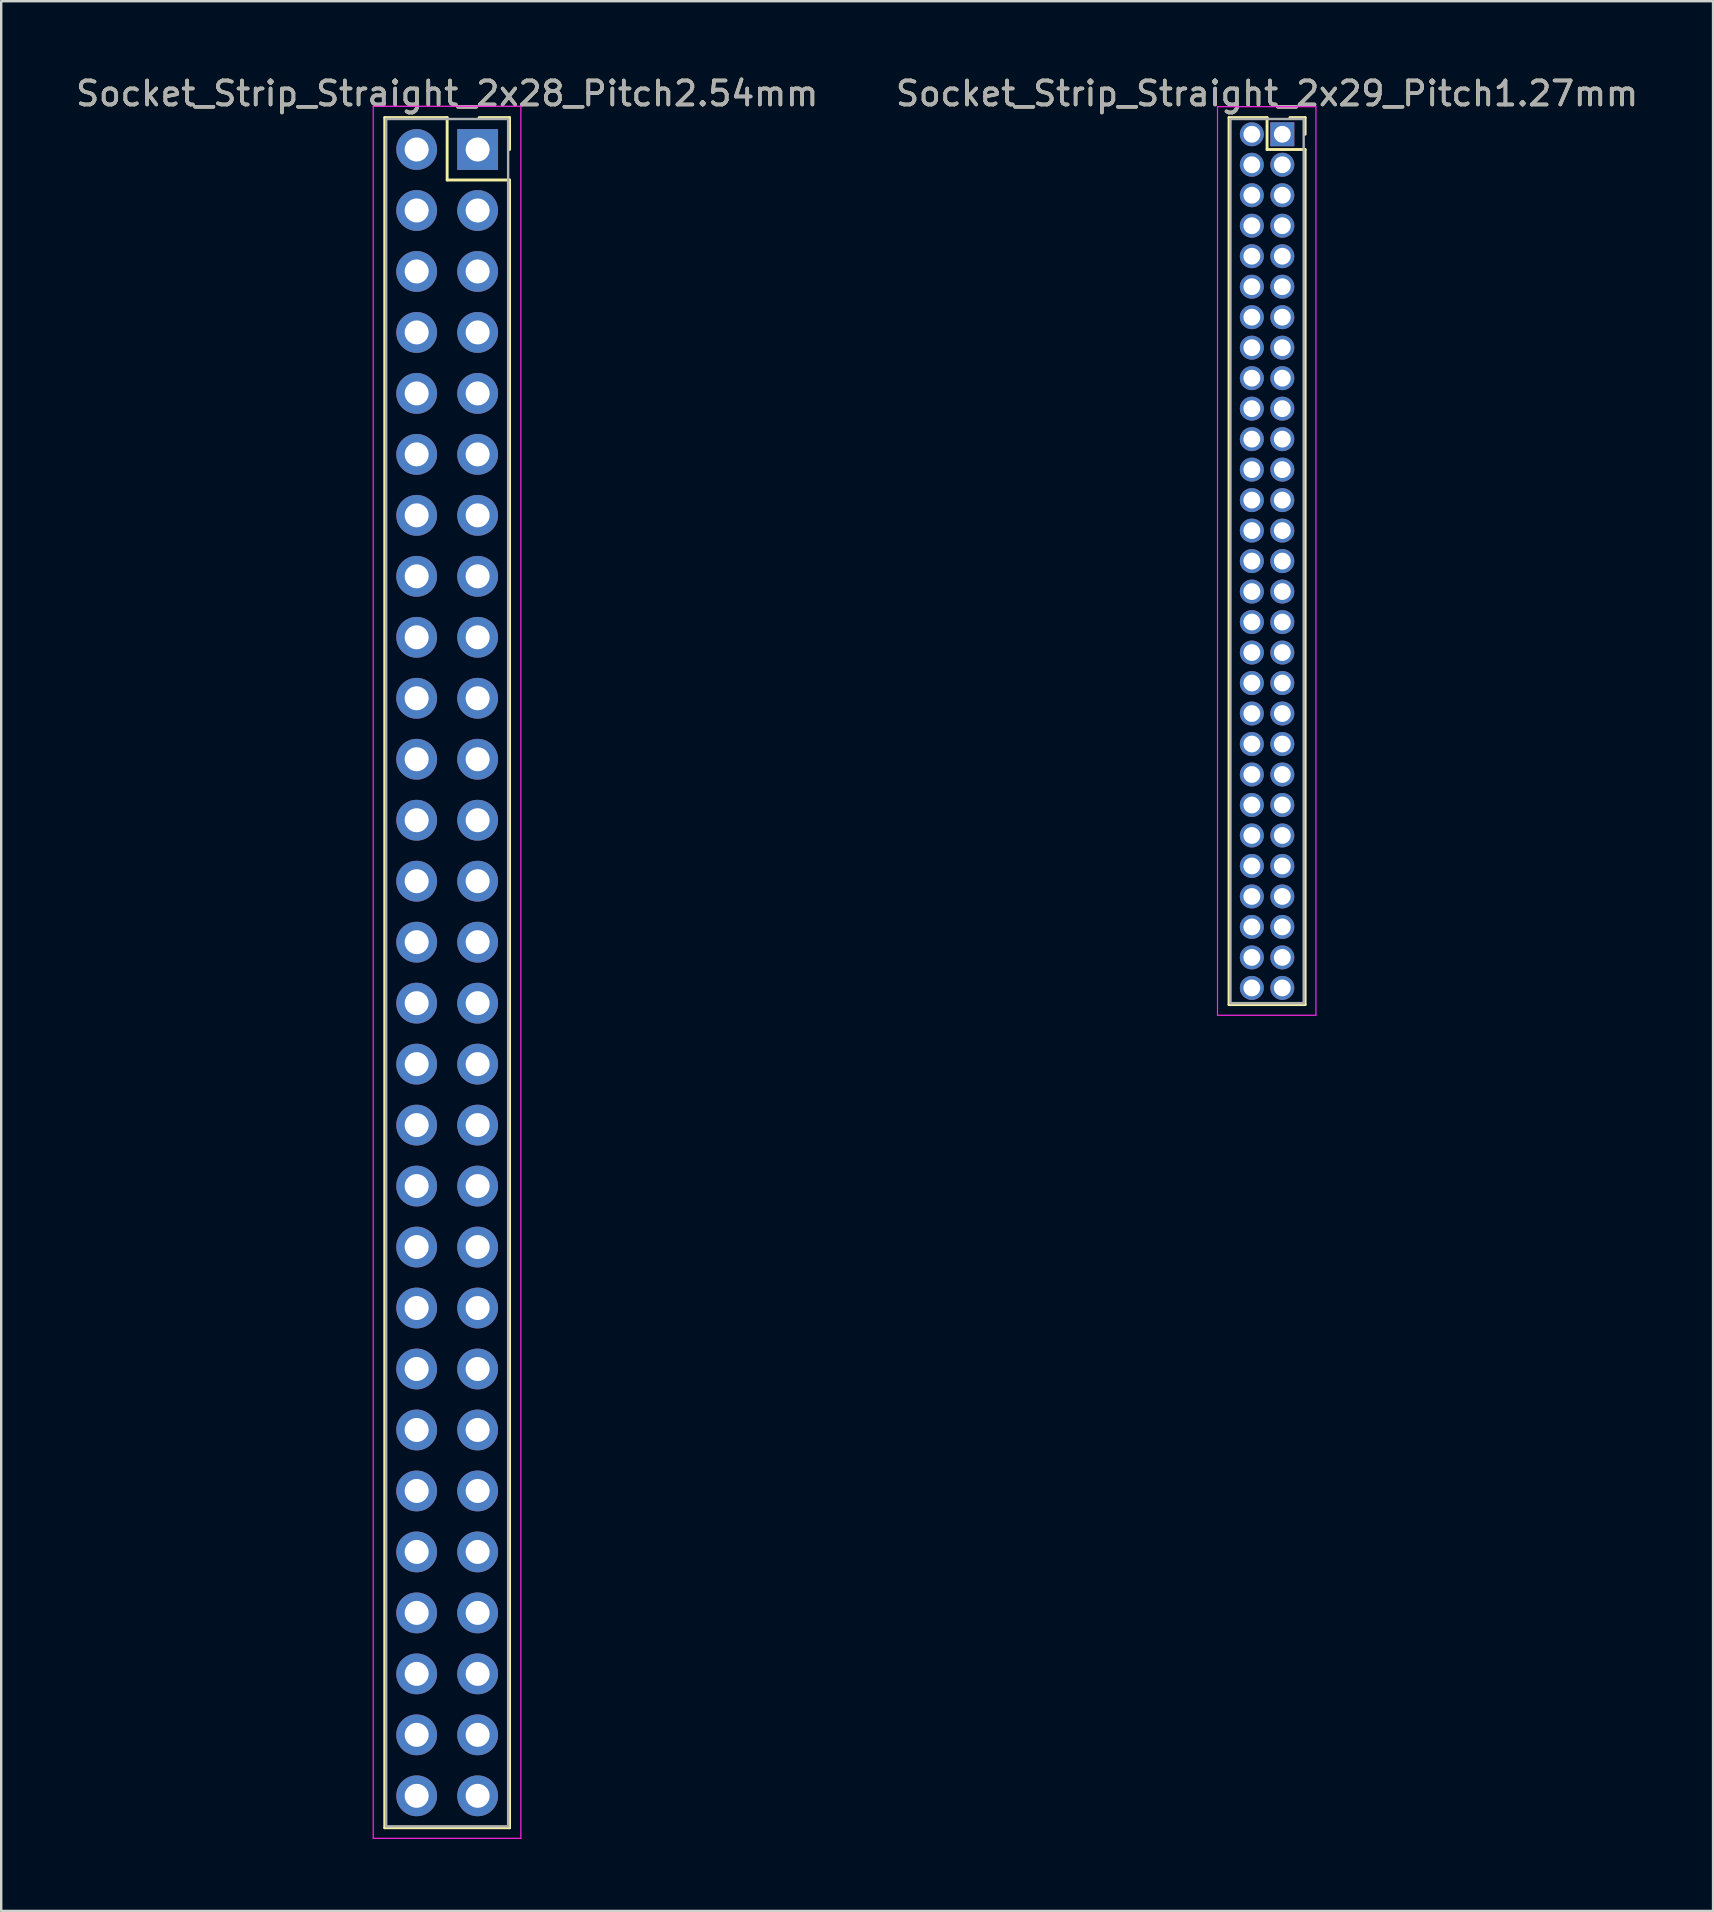
<source format=kicad_pcb>
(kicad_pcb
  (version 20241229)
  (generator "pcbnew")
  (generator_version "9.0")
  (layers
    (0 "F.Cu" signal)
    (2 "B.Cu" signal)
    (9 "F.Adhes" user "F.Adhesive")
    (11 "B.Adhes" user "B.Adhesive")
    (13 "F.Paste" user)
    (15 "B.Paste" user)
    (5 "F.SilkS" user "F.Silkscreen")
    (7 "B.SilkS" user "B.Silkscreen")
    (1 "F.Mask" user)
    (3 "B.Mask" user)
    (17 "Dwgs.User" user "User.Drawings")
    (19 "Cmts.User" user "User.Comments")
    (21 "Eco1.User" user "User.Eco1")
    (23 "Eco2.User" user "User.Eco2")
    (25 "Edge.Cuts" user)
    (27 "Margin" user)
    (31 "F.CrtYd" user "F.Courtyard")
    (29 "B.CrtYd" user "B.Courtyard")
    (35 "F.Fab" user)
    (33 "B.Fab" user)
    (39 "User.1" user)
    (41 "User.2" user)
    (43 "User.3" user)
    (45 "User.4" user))
  (footprint "Socket_Strip_Straight_2x29_Pitch1.27mm"
    (layer "F.Cu")
    (at 50.367 2.543)
    (property "Reference" "Socket_Strip_Straight_2x29_Pitch1.27mm" (at -0.635 -1.695 0) (layer "F.SilkS") (effects (font (size 1 1) (thickness 0.15))))
    (attr through_hole)
    (fp_line (start -2.22 -0.695) (end -0.635 -0.695) (stroke (width 0.12) (type solid)) (layer "F.SilkS"))
    (fp_line (start -2.22 36.255) (end -2.22 -0.695) (stroke (width 0.12) (type solid)) (layer "F.SilkS"))
    (fp_line (start -0.635 -0.695) (end -0.635 0.635) (stroke (width 0.12) (type solid)) (layer "F.SilkS"))
    (fp_line (start -0.635 0.635) (end 0.95 0.635) (stroke (width 0.12) (type solid)) (layer "F.SilkS"))
    (fp_line (start 0.95 -0.695) (end 0.315 -0.695) (stroke (width 0.12) (type solid)) (layer "F.SilkS"))
    (fp_line (start 0.95 0) (end 0.95 -0.695) (stroke (width 0.12) (type solid)) (layer "F.SilkS"))
    (fp_line (start 0.95 0.635) (end 0.95 36.255) (stroke (width 0.12) (type solid)) (layer "F.SilkS"))
    (fp_line (start 0.95 36.255) (end -2.22 36.255) (stroke (width 0.12) (type solid)) (layer "F.SilkS"))
    (fp_line (start -2.7 -1.15) (end -2.7 36.7) (stroke (width 0.05) (type solid)) (layer "F.CrtYd"))
    (fp_line (start -2.7 36.7) (end 1.4 36.7) (stroke (width 0.05) (type solid)) (layer "F.CrtYd"))
    (fp_line (start 1.4 -1.15) (end -2.7 -1.15) (stroke (width 0.05) (type solid)) (layer "F.CrtYd"))
    (fp_line (start 1.4 36.7) (end 1.4 -1.15) (stroke (width 0.05) (type solid)) (layer "F.CrtYd"))
    (fp_line (start -2.16 -0.635) (end -2.16 36.195) (stroke (width 0.1) (type solid)) (layer "F.Fab"))
    (fp_line (start -2.16 36.195) (end 0.89 36.195) (stroke (width 0.1) (type solid)) (layer "F.Fab"))
    (fp_line (start 0.89 -0.635) (end -2.16 -0.635) (stroke (width 0.1) (type solid)) (layer "F.Fab"))
    (fp_line (start 0.89 36.195) (end 0.89 -0.635) (stroke (width 0.1) (type solid)) (layer "F.Fab"))
    (fp_text user "${REFERENCE}" (at -0.635 -1.695 0) (layer "F.Fab") (effects (font (size 1 1) (thickness 0.15))))
    (pad "1" thru_hole rect (at 0 0) (size 1 1) (drill 0.7) (layers "*.Cu" "*.Mask"))
    (pad "2" thru_hole oval (at -1.27 0) (size 1 1) (drill 0.7) (layers "*.Cu" "*.Mask"))
    (pad "3" thru_hole oval (at 0 1.27) (size 1 1) (drill 0.7) (layers "*.Cu" "*.Mask"))
    (pad "4" thru_hole oval (at -1.27 1.27) (size 1 1) (drill 0.7) (layers "*.Cu" "*.Mask"))
    (pad "5" thru_hole oval (at 0 2.54) (size 1 1) (drill 0.7) (layers "*.Cu" "*.Mask"))
    (pad "6" thru_hole oval (at -1.27 2.54) (size 1 1) (drill 0.7) (layers "*.Cu" "*.Mask"))
    (pad "7" thru_hole oval (at 0 3.81) (size 1 1) (drill 0.7) (layers "*.Cu" "*.Mask"))
    (pad "8" thru_hole oval (at -1.27 3.81) (size 1 1) (drill 0.7) (layers "*.Cu" "*.Mask"))
    (pad "9" thru_hole oval (at 0 5.08) (size 1 1) (drill 0.7) (layers "*.Cu" "*.Mask"))
    (pad "10" thru_hole oval (at -1.27 5.08) (size 1 1) (drill 0.7) (layers "*.Cu" "*.Mask"))
    (pad "11" thru_hole oval (at 0 6.35) (size 1 1) (drill 0.7) (layers "*.Cu" "*.Mask"))
    (pad "12" thru_hole oval (at -1.27 6.35) (size 1 1) (drill 0.7) (layers "*.Cu" "*.Mask"))
    (pad "13" thru_hole oval (at 0 7.62) (size 1 1) (drill 0.7) (layers "*.Cu" "*.Mask"))
    (pad "14" thru_hole oval (at -1.27 7.62) (size 1 1) (drill 0.7) (layers "*.Cu" "*.Mask"))
    (pad "15" thru_hole oval (at 0 8.89) (size 1 1) (drill 0.7) (layers "*.Cu" "*.Mask"))
    (pad "16" thru_hole oval (at -1.27 8.89) (size 1 1) (drill 0.7) (layers "*.Cu" "*.Mask"))
    (pad "17" thru_hole oval (at 0 10.16) (size 1 1) (drill 0.7) (layers "*.Cu" "*.Mask"))
    (pad "18" thru_hole oval (at -1.27 10.16) (size 1 1) (drill 0.7) (layers "*.Cu" "*.Mask"))
    (pad "19" thru_hole oval (at 0 11.43) (size 1 1) (drill 0.7) (layers "*.Cu" "*.Mask"))
    (pad "20" thru_hole oval (at -1.27 11.43) (size 1 1) (drill 0.7) (layers "*.Cu" "*.Mask"))
    (pad "21" thru_hole oval (at 0 12.7) (size 1 1) (drill 0.7) (layers "*.Cu" "*.Mask"))
    (pad "22" thru_hole oval (at -1.27 12.7) (size 1 1) (drill 0.7) (layers "*.Cu" "*.Mask"))
    (pad "23" thru_hole oval (at 0 13.97) (size 1 1) (drill 0.7) (layers "*.Cu" "*.Mask"))
    (pad "24" thru_hole oval (at -1.27 13.97) (size 1 1) (drill 0.7) (layers "*.Cu" "*.Mask"))
    (pad "25" thru_hole oval (at 0 15.24) (size 1 1) (drill 0.7) (layers "*.Cu" "*.Mask"))
    (pad "26" thru_hole oval (at -1.27 15.24) (size 1 1) (drill 0.7) (layers "*.Cu" "*.Mask"))
    (pad "27" thru_hole oval (at 0 16.51) (size 1 1) (drill 0.7) (layers "*.Cu" "*.Mask"))
    (pad "28" thru_hole oval (at -1.27 16.51) (size 1 1) (drill 0.7) (layers "*.Cu" "*.Mask"))
    (pad "29" thru_hole oval (at 0 17.78) (size 1 1) (drill 0.7) (layers "*.Cu" "*.Mask"))
    (pad "30" thru_hole oval (at -1.27 17.78) (size 1 1) (drill 0.7) (layers "*.Cu" "*.Mask"))
    (pad "31" thru_hole oval (at 0 19.05) (size 1 1) (drill 0.7) (layers "*.Cu" "*.Mask"))
    (pad "32" thru_hole oval (at -1.27 19.05) (size 1 1) (drill 0.7) (layers "*.Cu" "*.Mask"))
    (pad "33" thru_hole oval (at 0 20.32) (size 1 1) (drill 0.7) (layers "*.Cu" "*.Mask"))
    (pad "34" thru_hole oval (at -1.27 20.32) (size 1 1) (drill 0.7) (layers "*.Cu" "*.Mask"))
    (pad "35" thru_hole oval (at 0 21.59) (size 1 1) (drill 0.7) (layers "*.Cu" "*.Mask"))
    (pad "36" thru_hole oval (at -1.27 21.59) (size 1 1) (drill 0.7) (layers "*.Cu" "*.Mask"))
    (pad "37" thru_hole oval (at 0 22.86) (size 1 1) (drill 0.7) (layers "*.Cu" "*.Mask"))
    (pad "38" thru_hole oval (at -1.27 22.86) (size 1 1) (drill 0.7) (layers "*.Cu" "*.Mask"))
    (pad "39" thru_hole oval (at 0 24.13) (size 1 1) (drill 0.7) (layers "*.Cu" "*.Mask"))
    (pad "40" thru_hole oval (at -1.27 24.13) (size 1 1) (drill 0.7) (layers "*.Cu" "*.Mask"))
    (pad "41" thru_hole oval (at 0 25.4) (size 1 1) (drill 0.7) (layers "*.Cu" "*.Mask"))
    (pad "42" thru_hole oval (at -1.27 25.4) (size 1 1) (drill 0.7) (layers "*.Cu" "*.Mask"))
    (pad "43" thru_hole oval (at 0 26.67) (size 1 1) (drill 0.7) (layers "*.Cu" "*.Mask"))
    (pad "44" thru_hole oval (at -1.27 26.67) (size 1 1) (drill 0.7) (layers "*.Cu" "*.Mask"))
    (pad "45" thru_hole oval (at 0 27.94) (size 1 1) (drill 0.7) (layers "*.Cu" "*.Mask"))
    (pad "46" thru_hole oval (at -1.27 27.94) (size 1 1) (drill 0.7) (layers "*.Cu" "*.Mask"))
    (pad "47" thru_hole oval (at 0 29.21) (size 1 1) (drill 0.7) (layers "*.Cu" "*.Mask"))
    (pad "48" thru_hole oval (at -1.27 29.21) (size 1 1) (drill 0.7) (layers "*.Cu" "*.Mask"))
    (pad "49" thru_hole oval (at 0 30.48) (size 1 1) (drill 0.7) (layers "*.Cu" "*.Mask"))
    (pad "50" thru_hole oval (at -1.27 30.48) (size 1 1) (drill 0.7) (layers "*.Cu" "*.Mask"))
    (pad "51" thru_hole oval (at 0 31.75) (size 1 1) (drill 0.7) (layers "*.Cu" "*.Mask"))
    (pad "52" thru_hole oval (at -1.27 31.75) (size 1 1) (drill 0.7) (layers "*.Cu" "*.Mask"))
    (pad "53" thru_hole oval (at 0 33.02) (size 1 1) (drill 0.7) (layers "*.Cu" "*.Mask"))
    (pad "54" thru_hole oval (at -1.27 33.02) (size 1 1) (drill 0.7) (layers "*.Cu" "*.Mask"))
    (pad "55" thru_hole oval (at 0 34.29) (size 1 1) (drill 0.7) (layers "*.Cu" "*.Mask"))
    (pad "56" thru_hole oval (at -1.27 34.29) (size 1 1) (drill 0.7) (layers "*.Cu" "*.Mask"))
    (pad "57" thru_hole oval (at 0 35.56) (size 1 1) (drill 0.7) (layers "*.Cu" "*.Mask"))
    (pad "58" thru_hole oval (at -1.27 35.56) (size 1 1) (drill 0.7) (layers "*.Cu" "*.Mask")))
  (footprint "Socket_Strip_Straight_2x28_Pitch2.54mm"
    (layer "F.Cu")
    (at 16.847 3.178)
    (property "Reference" "Socket_Strip_Straight_2x28_Pitch2.54mm" (at -1.27 -2.33 0) (layer "F.SilkS") (effects (font (size 1 1) (thickness 0.15))))
    (attr through_hole)
    (fp_line (start -3.87 -1.33) (end -1.27 -1.33) (stroke (width 0.12) (type solid)) (layer "F.SilkS"))
    (fp_line (start -3.87 69.91) (end -3.87 -1.33) (stroke (width 0.12) (type solid)) (layer "F.SilkS"))
    (fp_line (start -1.27 -1.33) (end -1.27 1.27) (stroke (width 0.12) (type solid)) (layer "F.SilkS"))
    (fp_line (start -1.27 1.27) (end 1.33 1.27) (stroke (width 0.12) (type solid)) (layer "F.SilkS"))
    (fp_line (start 1.33 -1.33) (end 0.06 -1.33) (stroke (width 0.12) (type solid)) (layer "F.SilkS"))
    (fp_line (start 1.33 0) (end 1.33 -1.33) (stroke (width 0.12) (type solid)) (layer "F.SilkS"))
    (fp_line (start 1.33 1.27) (end 1.33 69.91) (stroke (width 0.12) (type solid)) (layer "F.SilkS"))
    (fp_line (start 1.33 69.91) (end -3.87 69.91) (stroke (width 0.12) (type solid)) (layer "F.SilkS"))
    (fp_line (start -4.35 -1.8) (end -4.35 70.35) (stroke (width 0.05) (type solid)) (layer "F.CrtYd"))
    (fp_line (start -4.35 70.35) (end 1.8 70.35) (stroke (width 0.05) (type solid)) (layer "F.CrtYd"))
    (fp_line (start 1.8 -1.8) (end -4.35 -1.8) (stroke (width 0.05) (type solid)) (layer "F.CrtYd"))
    (fp_line (start 1.8 70.35) (end 1.8 -1.8) (stroke (width 0.05) (type solid)) (layer "F.CrtYd"))
    (fp_line (start -3.81 -1.27) (end -3.81 69.85) (stroke (width 0.1) (type solid)) (layer "F.Fab"))
    (fp_line (start -3.81 69.85) (end 1.27 69.85) (stroke (width 0.1) (type solid)) (layer "F.Fab"))
    (fp_line (start 1.27 -1.27) (end -3.81 -1.27) (stroke (width 0.1) (type solid)) (layer "F.Fab"))
    (fp_line (start 1.27 69.85) (end 1.27 -1.27) (stroke (width 0.1) (type solid)) (layer "F.Fab"))
    (fp_text user "${REFERENCE}" (at -1.27 -2.33 0) (layer "F.Fab") (effects (font (size 1 1) (thickness 0.15))))
    (pad "1" thru_hole rect (at 0 0) (size 1.7 1.7) (drill 1) (layers "*.Cu" "*.Mask"))
    (pad "2" thru_hole oval (at -2.54 0) (size 1.7 1.7) (drill 1) (layers "*.Cu" "*.Mask"))
    (pad "3" thru_hole oval (at 0 2.54) (size 1.7 1.7) (drill 1) (layers "*.Cu" "*.Mask"))
    (pad "4" thru_hole oval (at -2.54 2.54) (size 1.7 1.7) (drill 1) (layers "*.Cu" "*.Mask"))
    (pad "5" thru_hole oval (at 0 5.08) (size 1.7 1.7) (drill 1) (layers "*.Cu" "*.Mask"))
    (pad "6" thru_hole oval (at -2.54 5.08) (size 1.7 1.7) (drill 1) (layers "*.Cu" "*.Mask"))
    (pad "7" thru_hole oval (at 0 7.62) (size 1.7 1.7) (drill 1) (layers "*.Cu" "*.Mask"))
    (pad "8" thru_hole oval (at -2.54 7.62) (size 1.7 1.7) (drill 1) (layers "*.Cu" "*.Mask"))
    (pad "9" thru_hole oval (at 0 10.16) (size 1.7 1.7) (drill 1) (layers "*.Cu" "*.Mask"))
    (pad "10" thru_hole oval (at -2.54 10.16) (size 1.7 1.7) (drill 1) (layers "*.Cu" "*.Mask"))
    (pad "11" thru_hole oval (at 0 12.7) (size 1.7 1.7) (drill 1) (layers "*.Cu" "*.Mask"))
    (pad "12" thru_hole oval (at -2.54 12.7) (size 1.7 1.7) (drill 1) (layers "*.Cu" "*.Mask"))
    (pad "13" thru_hole oval (at 0 15.24) (size 1.7 1.7) (drill 1) (layers "*.Cu" "*.Mask"))
    (pad "14" thru_hole oval (at -2.54 15.24) (size 1.7 1.7) (drill 1) (layers "*.Cu" "*.Mask"))
    (pad "15" thru_hole oval (at 0 17.78) (size 1.7 1.7) (drill 1) (layers "*.Cu" "*.Mask"))
    (pad "16" thru_hole oval (at -2.54 17.78) (size 1.7 1.7) (drill 1) (layers "*.Cu" "*.Mask"))
    (pad "17" thru_hole oval (at 0 20.32) (size 1.7 1.7) (drill 1) (layers "*.Cu" "*.Mask"))
    (pad "18" thru_hole oval (at -2.54 20.32) (size 1.7 1.7) (drill 1) (layers "*.Cu" "*.Mask"))
    (pad "19" thru_hole oval (at 0 22.86) (size 1.7 1.7) (drill 1) (layers "*.Cu" "*.Mask"))
    (pad "20" thru_hole oval (at -2.54 22.86) (size 1.7 1.7) (drill 1) (layers "*.Cu" "*.Mask"))
    (pad "21" thru_hole oval (at 0 25.4) (size 1.7 1.7) (drill 1) (layers "*.Cu" "*.Mask"))
    (pad "22" thru_hole oval (at -2.54 25.4) (size 1.7 1.7) (drill 1) (layers "*.Cu" "*.Mask"))
    (pad "23" thru_hole oval (at 0 27.94) (size 1.7 1.7) (drill 1) (layers "*.Cu" "*.Mask"))
    (pad "24" thru_hole oval (at -2.54 27.94) (size 1.7 1.7) (drill 1) (layers "*.Cu" "*.Mask"))
    (pad "25" thru_hole oval (at 0 30.48) (size 1.7 1.7) (drill 1) (layers "*.Cu" "*.Mask"))
    (pad "26" thru_hole oval (at -2.54 30.48) (size 1.7 1.7) (drill 1) (layers "*.Cu" "*.Mask"))
    (pad "27" thru_hole oval (at 0 33.02) (size 1.7 1.7) (drill 1) (layers "*.Cu" "*.Mask"))
    (pad "28" thru_hole oval (at -2.54 33.02) (size 1.7 1.7) (drill 1) (layers "*.Cu" "*.Mask"))
    (pad "29" thru_hole oval (at 0 35.56) (size 1.7 1.7) (drill 1) (layers "*.Cu" "*.Mask"))
    (pad "30" thru_hole oval (at -2.54 35.56) (size 1.7 1.7) (drill 1) (layers "*.Cu" "*.Mask"))
    (pad "31" thru_hole oval (at 0 38.1) (size 1.7 1.7) (drill 1) (layers "*.Cu" "*.Mask"))
    (pad "32" thru_hole oval (at -2.54 38.1) (size 1.7 1.7) (drill 1) (layers "*.Cu" "*.Mask"))
    (pad "33" thru_hole oval (at 0 40.64) (size 1.7 1.7) (drill 1) (layers "*.Cu" "*.Mask"))
    (pad "34" thru_hole oval (at -2.54 40.64) (size 1.7 1.7) (drill 1) (layers "*.Cu" "*.Mask"))
    (pad "35" thru_hole oval (at 0 43.18) (size 1.7 1.7) (drill 1) (layers "*.Cu" "*.Mask"))
    (pad "36" thru_hole oval (at -2.54 43.18) (size 1.7 1.7) (drill 1) (layers "*.Cu" "*.Mask"))
    (pad "37" thru_hole oval (at 0 45.72) (size 1.7 1.7) (drill 1) (layers "*.Cu" "*.Mask"))
    (pad "38" thru_hole oval (at -2.54 45.72) (size 1.7 1.7) (drill 1) (layers "*.Cu" "*.Mask"))
    (pad "39" thru_hole oval (at 0 48.26) (size 1.7 1.7) (drill 1) (layers "*.Cu" "*.Mask"))
    (pad "40" thru_hole oval (at -2.54 48.26) (size 1.7 1.7) (drill 1) (layers "*.Cu" "*.Mask"))
    (pad "41" thru_hole oval (at 0 50.8) (size 1.7 1.7) (drill 1) (layers "*.Cu" "*.Mask"))
    (pad "42" thru_hole oval (at -2.54 50.8) (size 1.7 1.7) (drill 1) (layers "*.Cu" "*.Mask"))
    (pad "43" thru_hole oval (at 0 53.34) (size 1.7 1.7) (drill 1) (layers "*.Cu" "*.Mask"))
    (pad "44" thru_hole oval (at -2.54 53.34) (size 1.7 1.7) (drill 1) (layers "*.Cu" "*.Mask"))
    (pad "45" thru_hole oval (at 0 55.88) (size 1.7 1.7) (drill 1) (layers "*.Cu" "*.Mask"))
    (pad "46" thru_hole oval (at -2.54 55.88) (size 1.7 1.7) (drill 1) (layers "*.Cu" "*.Mask"))
    (pad "47" thru_hole oval (at 0 58.42) (size 1.7 1.7) (drill 1) (layers "*.Cu" "*.Mask"))
    (pad "48" thru_hole oval (at -2.54 58.42) (size 1.7 1.7) (drill 1) (layers "*.Cu" "*.Mask"))
    (pad "49" thru_hole oval (at 0 60.96) (size 1.7 1.7) (drill 1) (layers "*.Cu" "*.Mask"))
    (pad "50" thru_hole oval (at -2.54 60.96) (size 1.7 1.7) (drill 1) (layers "*.Cu" "*.Mask"))
    (pad "51" thru_hole oval (at 0 63.5) (size 1.7 1.7) (drill 1) (layers "*.Cu" "*.Mask"))
    (pad "52" thru_hole oval (at -2.54 63.5) (size 1.7 1.7) (drill 1) (layers "*.Cu" "*.Mask"))
    (pad "53" thru_hole oval (at 0 66.04) (size 1.7 1.7) (drill 1) (layers "*.Cu" "*.Mask"))
    (pad "54" thru_hole oval (at -2.54 66.04) (size 1.7 1.7) (drill 1) (layers "*.Cu" "*.Mask"))
    (pad "55" thru_hole oval (at 0 68.58) (size 1.7 1.7) (drill 1) (layers "*.Cu" "*.Mask"))
    (pad "56" thru_hole oval (at -2.54 68.58) (size 1.7 1.7) (drill 1) (layers "*.Cu" "*.Mask")))
  (gr_rect
    (start -3 -3)
    (end 68.31 76.553)
    (stroke (width 0.1) (type default))
    (fill no)
    (layer "Edge.Cuts")))
</source>
